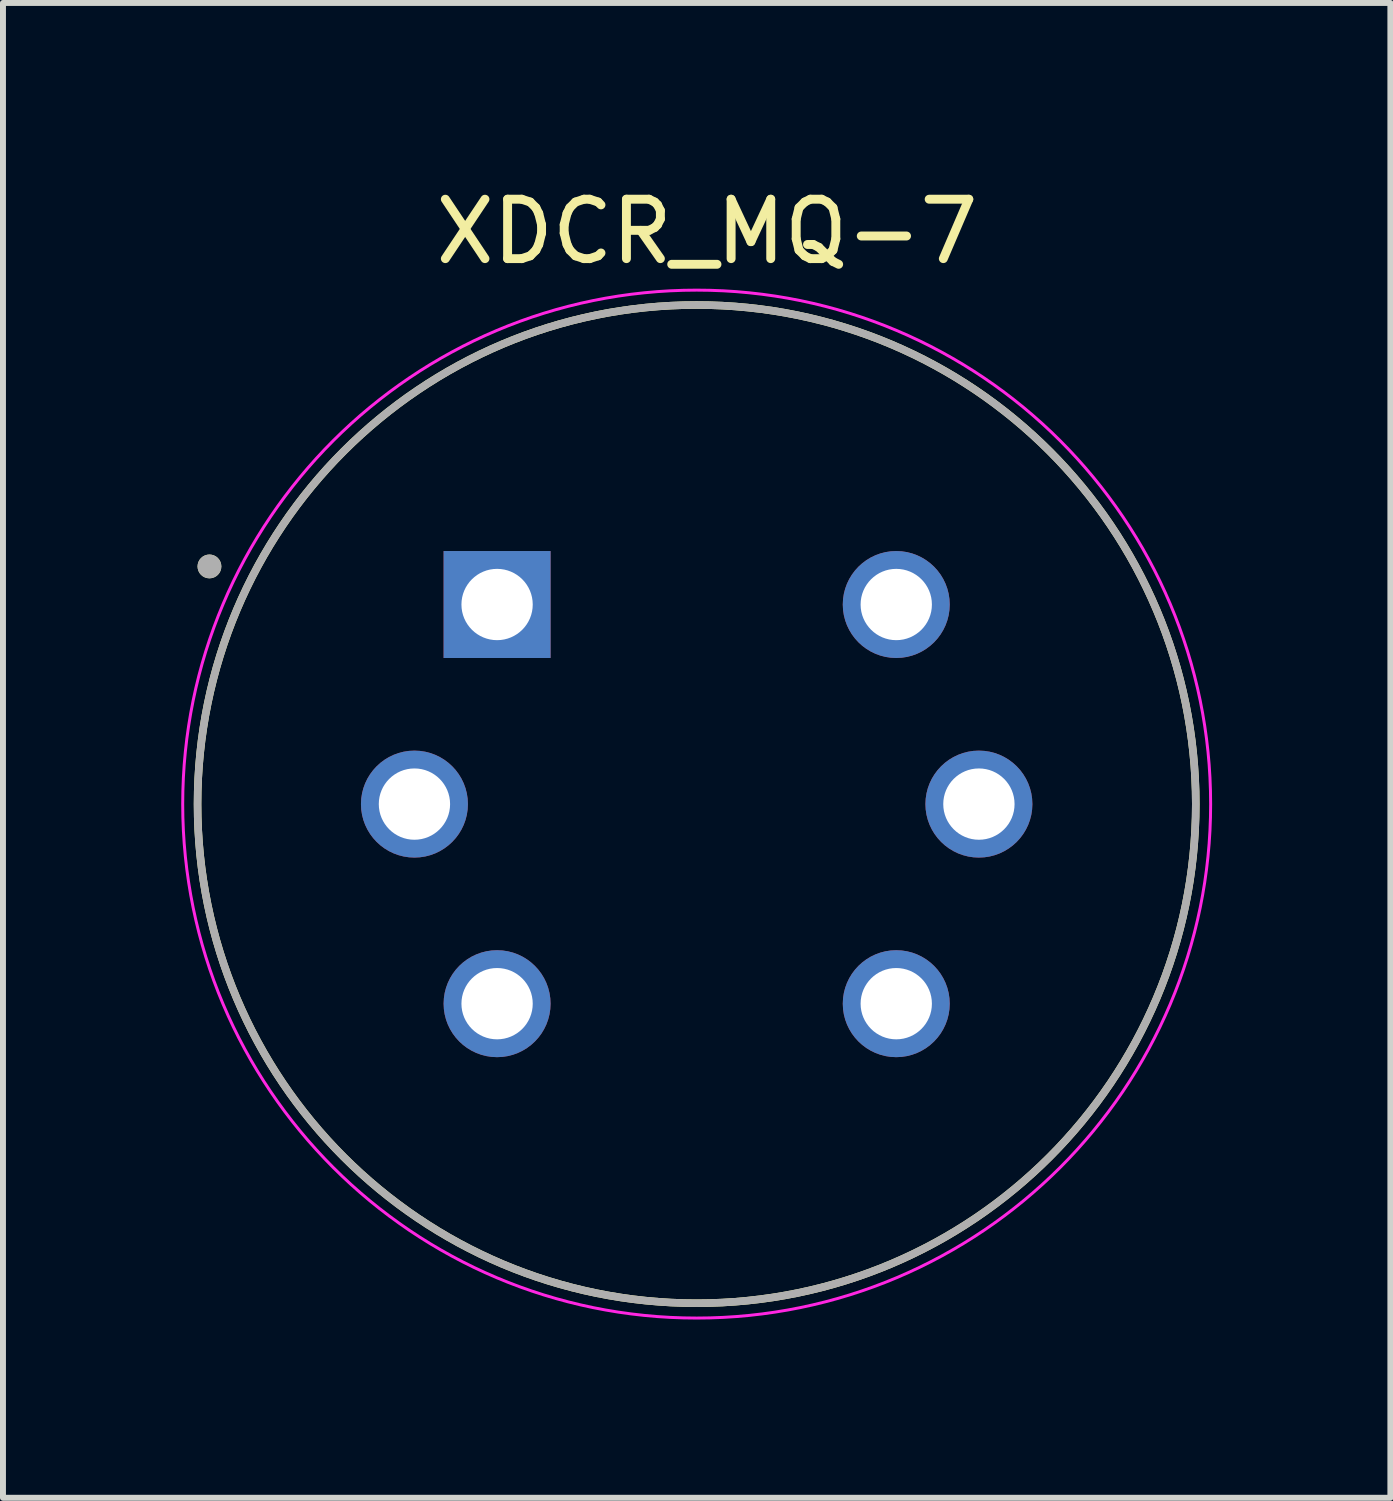
<source format=kicad_pcb>
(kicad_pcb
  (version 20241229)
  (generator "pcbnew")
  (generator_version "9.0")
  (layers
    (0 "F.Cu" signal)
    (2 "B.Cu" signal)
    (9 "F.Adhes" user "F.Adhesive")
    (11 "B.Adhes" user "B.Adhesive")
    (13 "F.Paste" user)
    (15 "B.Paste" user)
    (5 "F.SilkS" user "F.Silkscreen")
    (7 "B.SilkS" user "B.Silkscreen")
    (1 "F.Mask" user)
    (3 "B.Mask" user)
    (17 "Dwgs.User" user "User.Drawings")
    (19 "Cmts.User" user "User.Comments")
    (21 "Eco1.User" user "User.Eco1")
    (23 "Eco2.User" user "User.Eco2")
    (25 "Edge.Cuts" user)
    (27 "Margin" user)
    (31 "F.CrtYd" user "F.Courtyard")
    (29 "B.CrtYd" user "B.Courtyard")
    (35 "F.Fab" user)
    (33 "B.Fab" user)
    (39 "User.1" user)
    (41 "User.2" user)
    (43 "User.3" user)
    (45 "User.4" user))
  (footprint "XDCR_MQ-7"
    (layer "F.Cu")
    (at 8.675 10.483)
    (property "Reference" "XDCR_MQ-7" (at 0.175 -9.635 0) (layer "F.SilkS") (effects (font (size 1 1) (thickness 0.15))))
    (attr through_hole)
    (fp_circle (center -8.2 -4) (end -8.1 -4) (stroke (width 0.2) (type solid)) (fill no) (layer "F.SilkS"))
    (fp_circle (center 0 0) (end 8.4 0) (stroke (width 0.127) (type solid)) (fill no) (layer "F.SilkS"))
    (fp_circle (center 0 0) (end 8.65 0) (stroke (width 0.05) (type solid)) (fill no) (layer "F.CrtYd"))
    (fp_circle (center -8.2 -4) (end -8.1 -4) (stroke (width 0.2) (type solid)) (fill no) (layer "F.Fab"))
    (fp_circle (center 0 0) (end 8.4 0) (stroke (width 0.127) (type solid)) (fill no) (layer "F.Fab"))
    (pad "1" thru_hole rect (at -3.359 -3.359) (size 1.8 1.8) (drill 1.2) (layers "*.Cu" "*.Mask"))
    (pad "2" thru_hole circle (at -4.75 0) (size 1.8 1.8) (drill 1.2) (layers "*.Cu" "*.Mask"))
    (pad "3" thru_hole circle (at -3.359 3.359) (size 1.8 1.8) (drill 1.2) (layers "*.Cu" "*.Mask"))
    (pad "4" thru_hole circle (at 3.359 3.359) (size 1.8 1.8) (drill 1.2) (layers "*.Cu" "*.Mask"))
    (pad "5" thru_hole circle (at 4.75 0) (size 1.8 1.8) (drill 1.2) (layers "*.Cu" "*.Mask"))
    (pad "6" thru_hole circle (at 3.359 -3.359) (size 1.8 1.8) (drill 1.2) (layers "*.Cu" "*.Mask")))
  (gr_rect
    (start -3 -3)
    (end 20.35 22.158)
    (stroke (width 0.1) (type default))
    (fill no)
    (layer "Edge.Cuts")))
</source>
